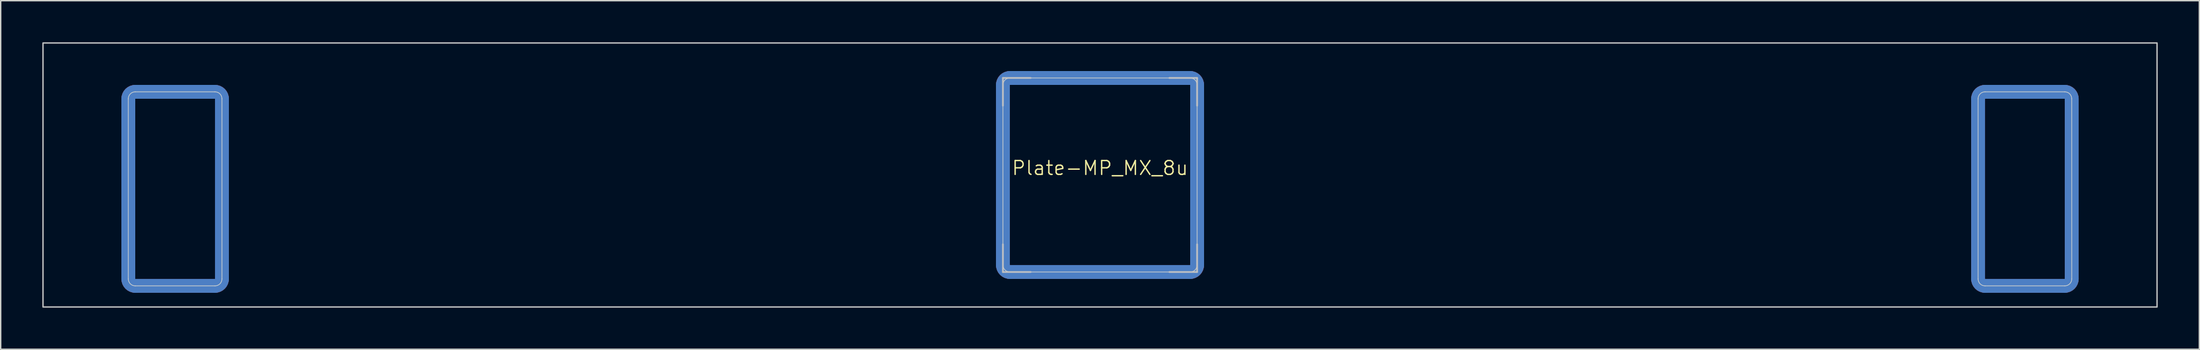
<source format=kicad_pcb>
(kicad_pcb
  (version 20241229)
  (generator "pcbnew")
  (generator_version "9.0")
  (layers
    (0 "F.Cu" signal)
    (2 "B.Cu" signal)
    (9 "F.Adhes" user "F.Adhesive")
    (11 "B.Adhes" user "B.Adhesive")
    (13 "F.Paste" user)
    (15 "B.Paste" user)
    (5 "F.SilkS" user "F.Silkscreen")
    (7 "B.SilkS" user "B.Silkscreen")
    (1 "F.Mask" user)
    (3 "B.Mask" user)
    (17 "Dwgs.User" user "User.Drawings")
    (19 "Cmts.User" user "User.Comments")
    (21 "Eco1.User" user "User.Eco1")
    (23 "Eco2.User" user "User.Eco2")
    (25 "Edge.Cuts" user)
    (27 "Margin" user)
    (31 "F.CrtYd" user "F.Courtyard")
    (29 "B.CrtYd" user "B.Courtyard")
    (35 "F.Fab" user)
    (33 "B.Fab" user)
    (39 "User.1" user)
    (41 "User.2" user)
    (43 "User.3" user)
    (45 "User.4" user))
  (footprint "Plate-MP_MX_8u"
    (layer "F.Cu")
    (at 76.25 9.575)
    (property "Reference" "Plate-MP_MX_8u" (at 0 -0.5 0) (unlocked yes) (layer "F.SilkS") (effects (font (size 1 1) (thickness 0.1))))
    (attr exclude_from_pos_files exclude_from_bom allow_missing_courtyard)
    (fp_line (start -70.05 -5.5) (end -70.05 7.5) (stroke (width 1) (type solid)) (layer "F.Cu"))
    (fp_line (start -63.8 -6) (end -69.55 -6) (stroke (width 1) (type solid)) (layer "F.Cu"))
    (fp_line (start -63.8 8) (end -69.55 8) (stroke (width 1) (type solid)) (layer "F.Cu"))
    (fp_line (start -63.3 -5.5) (end -63.3 7.5) (stroke (width 1) (type solid)) (layer "F.Cu"))
    (fp_line (start -7 -6.5) (end -7 6.5) (stroke (width 1) (type solid)) (layer "F.Cu"))
    (fp_line (start -6.5 7) (end 6.5 7) (stroke (width 1) (type solid)) (layer "F.Cu"))
    (fp_line (start 6.5 -7) (end -6.5 -7) (stroke (width 1) (type solid)) (layer "F.Cu"))
    (fp_line (start 7 6.5) (end 7 -6.5) (stroke (width 1) (type solid)) (layer "F.Cu"))
    (fp_line (start 63.3 -5.5) (end 63.3 7.5) (stroke (width 1) (type solid)) (layer "F.Cu"))
    (fp_line (start 69.55 -6) (end 63.8 -6) (stroke (width 1) (type solid)) (layer "F.Cu"))
    (fp_line (start 69.55 8) (end 63.8 8) (stroke (width 1) (type solid)) (layer "F.Cu"))
    (fp_line (start 70.05 -5.5) (end 70.05 7.5) (stroke (width 1) (type solid)) (layer "F.Cu"))
    (fp_arc (start -70.05 -5.499999) (mid -69.903553 -5.853552) (end -69.55 -5.999999) (stroke (width 1) (type solid)) (layer "F.Cu"))
    (fp_arc (start -69.55 8.000001) (mid -69.903554 7.853555) (end -70.05 7.500001) (stroke (width 1) (type solid)) (layer "F.Cu"))
    (fp_arc (start -63.8 -5.999999) (mid -63.446447 -5.853552) (end -63.3 -5.499999) (stroke (width 1) (type solid)) (layer "F.Cu"))
    (fp_arc (start -63.3 7.500001) (mid -63.446447 7.853554) (end -63.8 8.000001) (stroke (width 1) (type solid)) (layer "F.Cu"))
    (fp_arc (start -7 -6.5) (mid -6.853554 -6.853554) (end -6.5 -7) (stroke (width 1) (type solid)) (layer "F.Cu"))
    (fp_arc (start -6.497236 6.998884) (mid -6.85079 6.852438) (end -6.997236 6.498884) (stroke (width 1) (type solid)) (layer "F.Cu"))
    (fp_arc (start 6.5 -7) (mid 6.853554 -6.853554) (end 7 -6.5) (stroke (width 1) (type solid)) (layer "F.Cu"))
    (fp_arc (start 7 6.5) (mid 6.853554 6.853554) (end 6.5 7) (stroke (width 1) (type solid)) (layer "F.Cu"))
    (fp_arc (start 63.3 -5.499999) (mid 63.446447 -5.853552) (end 63.8 -5.999999) (stroke (width 1) (type solid)) (layer "F.Cu"))
    (fp_arc (start 63.8 8.000001) (mid 63.446446 7.853555) (end 63.3 7.500001) (stroke (width 1) (type solid)) (layer "F.Cu"))
    (fp_arc (start 69.55 -5.999999) (mid 69.903553 -5.853552) (end 70.05 -5.499999) (stroke (width 1) (type solid)) (layer "F.Cu"))
    (fp_arc (start 70.05 7.500001) (mid 69.903553 7.853554) (end 69.55 8.000001) (stroke (width 1) (type solid)) (layer "F.Cu"))
    (fp_line (start -70.05 -5.5) (end -70.05 7.5) (stroke (width 1.1) (type solid)) (layer "F.Mask"))
    (fp_line (start -69.55 -6) (end -63.8 -6) (stroke (width 1.1) (type solid)) (layer "F.Mask"))
    (fp_line (start -69.55 8) (end -63.8 8) (stroke (width 1.1) (type solid)) (layer "F.Mask"))
    (fp_line (start -63.3 -5.5) (end -63.3 7.5) (stroke (width 1.1) (type solid)) (layer "F.Mask"))
    (fp_line (start -7 -6.5) (end -7 6.5) (stroke (width 1.1) (type solid)) (layer "F.Mask"))
    (fp_line (start -6.5 7) (end 6.5 7) (stroke (width 1.1) (type solid)) (layer "F.Mask"))
    (fp_line (start 6.5 -7) (end -6.5 -7) (stroke (width 1.1) (type solid)) (layer "F.Mask"))
    (fp_line (start 7 6.5) (end 7 -6.5) (stroke (width 1.1) (type solid)) (layer "F.Mask"))
    (fp_line (start 63.3 -5.5) (end 63.3 7.5) (stroke (width 1.1) (type solid)) (layer "F.Mask"))
    (fp_line (start 63.8 -6) (end 69.55 -6) (stroke (width 1.1) (type solid)) (layer "F.Mask"))
    (fp_line (start 63.8 8) (end 69.55 8) (stroke (width 1.1) (type solid)) (layer "F.Mask"))
    (fp_line (start 70.05 -5.5) (end 70.05 7.5) (stroke (width 1.1) (type solid)) (layer "F.Mask"))
    (fp_arc (start -70.05 -5.499999) (mid -69.903553 -5.853552) (end -69.55 -5.999999) (stroke (width 1.1) (type solid)) (layer "F.Mask"))
    (fp_arc (start -69.55 8.000001) (mid -69.903553 7.853554) (end -70.05 7.500001) (stroke (width 1.1) (type solid)) (layer "F.Mask"))
    (fp_arc (start -63.8 -5.999999) (mid -63.446447 -5.853552) (end -63.3 -5.499999) (stroke (width 1.1) (type solid)) (layer "F.Mask"))
    (fp_arc (start -63.3 7.500001) (mid -63.446447 7.853554) (end -63.8 8.000001) (stroke (width 1.1) (type solid)) (layer "F.Mask"))
    (fp_arc (start -7 -6.5) (mid -6.853554 -6.853554) (end -6.5 -7) (stroke (width 1.1) (type solid)) (layer "F.Mask"))
    (fp_arc (start -6.497236 6.998884) (mid -6.85079 6.852438) (end -6.997236 6.498884) (stroke (width 1.1) (type solid)) (layer "F.Mask"))
    (fp_arc (start 6.5 -7) (mid 6.853554 -6.853554) (end 7 -6.5) (stroke (width 1.1) (type solid)) (layer "F.Mask"))
    (fp_arc (start 7 6.5) (mid 6.853554 6.853554) (end 6.5 7) (stroke (width 1.1) (type solid)) (layer "F.Mask"))
    (fp_arc (start 63.3 -5.499999) (mid 63.446447 -5.853552) (end 63.8 -5.999999) (stroke (width 1.1) (type solid)) (layer "F.Mask"))
    (fp_arc (start 63.8 8.000001) (mid 63.446447 7.853554) (end 63.3 7.500001) (stroke (width 1.1) (type solid)) (layer "F.Mask"))
    (fp_arc (start 69.55 -5.999999) (mid 69.903553 -5.853552) (end 70.05 -5.499999) (stroke (width 1.1) (type solid)) (layer "F.Mask"))
    (fp_arc (start 70.05 7.500001) (mid 69.903553 7.853554) (end 69.55 8.000001) (stroke (width 1.1) (type solid)) (layer "F.Mask"))
    (fp_line (start -70.05 -5.5) (end -70.05 7.5) (stroke (width 1) (type solid)) (layer "B.Cu"))
    (fp_line (start -69.55 -6) (end -63.8 -6) (stroke (width 1) (type solid)) (layer "B.Cu"))
    (fp_line (start -69.55 8) (end -63.8 8) (stroke (width 1) (type solid)) (layer "B.Cu"))
    (fp_line (start -63.3 -5.5) (end -63.3 7.5) (stroke (width 1) (type solid)) (layer "B.Cu"))
    (fp_line (start -7 6.5) (end -7 -6.5) (stroke (width 1) (type solid)) (layer "B.Cu"))
    (fp_line (start -6.5 -7) (end 6.5 -7) (stroke (width 1) (type solid)) (layer "B.Cu"))
    (fp_line (start 6.5 7) (end -6.5 7) (stroke (width 1) (type solid)) (layer "B.Cu"))
    (fp_line (start 7 -6.5) (end 7 6.5) (stroke (width 1) (type solid)) (layer "B.Cu"))
    (fp_line (start 63.3 -5.5) (end 63.3 7.5) (stroke (width 1) (type solid)) (layer "B.Cu"))
    (fp_line (start 63.8 -6) (end 69.55 -6) (stroke (width 1) (type solid)) (layer "B.Cu"))
    (fp_line (start 63.8 8) (end 69.55 8) (stroke (width 1) (type solid)) (layer "B.Cu"))
    (fp_line (start 70.05 -5.5) (end 70.05 7.5) (stroke (width 1) (type solid)) (layer "B.Cu"))
    (fp_arc (start -70.05 -5.499999) (mid -69.903553 -5.853552) (end -69.55 -5.999999) (stroke (width 1) (type solid)) (layer "B.Cu"))
    (fp_arc (start -69.55 8.000001) (mid -69.903553 7.853554) (end -70.05 7.500001) (stroke (width 1) (type solid)) (layer "B.Cu"))
    (fp_arc (start -63.8 -5.999999) (mid -63.446447 -5.853552) (end -63.3 -5.499999) (stroke (width 1) (type solid)) (layer "B.Cu"))
    (fp_arc (start -63.3 7.500001) (mid -63.446447 7.853554) (end -63.8 8.000001) (stroke (width 1) (type solid)) (layer "B.Cu"))
    (fp_arc (start -7 -6.5) (mid -6.853553 -6.853553) (end -6.5 -7) (stroke (width 1) (type solid)) (layer "B.Cu"))
    (fp_arc (start -6.5 7) (mid -6.853553 6.853553) (end -7 6.5) (stroke (width 1) (type solid)) (layer "B.Cu"))
    (fp_arc (start 6.5 -7) (mid 6.853554 -6.853554) (end 7 -6.5) (stroke (width 1) (type solid)) (layer "B.Cu"))
    (fp_arc (start 6.997236 6.498884) (mid 6.85079 6.852438) (end 6.497236 6.998884) (stroke (width 1) (type solid)) (layer "B.Cu"))
    (fp_arc (start 63.3 -5.499999) (mid 63.446447 -5.853552) (end 63.8 -5.999999) (stroke (width 1) (type solid)) (layer "B.Cu"))
    (fp_arc (start 63.8 8.000001) (mid 63.446447 7.853554) (end 63.3 7.500001) (stroke (width 1) (type solid)) (layer "B.Cu"))
    (fp_arc (start 69.55 -5.999999) (mid 69.903553 -5.853552) (end 70.05 -5.499999) (stroke (width 1) (type solid)) (layer "B.Cu"))
    (fp_arc (start 70.05 7.500001) (mid 69.903553 7.853554) (end 69.55 8.000001) (stroke (width 1) (type solid)) (layer "B.Cu"))
    (fp_line (start -70.05 -5.5) (end -70.05 7.5) (stroke (width 1.1) (type solid)) (layer "B.Mask"))
    (fp_line (start -63.8 -6) (end -69.55 -6) (stroke (width 1.1) (type solid)) (layer "B.Mask"))
    (fp_line (start -63.8 8) (end -69.55 8) (stroke (width 1.1) (type solid)) (layer "B.Mask"))
    (fp_line (start -63.3 -5.5) (end -63.3 7.5) (stroke (width 1.1) (type solid)) (layer "B.Mask"))
    (fp_line (start -7 6.5) (end -7 -6.5) (stroke (width 1.1) (type solid)) (layer "B.Mask"))
    (fp_line (start -6.5 -7) (end 6.5 -7) (stroke (width 1.1) (type solid)) (layer "B.Mask"))
    (fp_line (start 6.5 7) (end -6.5 7) (stroke (width 1.1) (type solid)) (layer "B.Mask"))
    (fp_line (start 7 -6.5) (end 7 6.5) (stroke (width 1.1) (type solid)) (layer "B.Mask"))
    (fp_line (start 63.3 -5.5) (end 63.3 7.5) (stroke (width 1.1) (type solid)) (layer "B.Mask"))
    (fp_line (start 69.55 -6) (end 63.8 -6) (stroke (width 1.1) (type solid)) (layer "B.Mask"))
    (fp_line (start 69.55 8) (end 63.8 8) (stroke (width 1.1) (type solid)) (layer "B.Mask"))
    (fp_line (start 70.05 -5.5) (end 70.05 7.5) (stroke (width 1.1) (type solid)) (layer "B.Mask"))
    (fp_arc (start -70.05 -5.499999) (mid -69.903553 -5.853552) (end -69.55 -5.999999) (stroke (width 1.1) (type solid)) (layer "B.Mask"))
    (fp_arc (start -69.55 8.000001) (mid -69.903553 7.853554) (end -70.05 7.500001) (stroke (width 1.1) (type solid)) (layer "B.Mask"))
    (fp_arc (start -63.8 -5.999999) (mid -63.446447 -5.853552) (end -63.3 -5.499999) (stroke (width 1.1) (type solid)) (layer "B.Mask"))
    (fp_arc (start -63.3 7.500001) (mid -63.446447 7.853554) (end -63.8 8.000001) (stroke (width 1.1) (type solid)) (layer "B.Mask"))
    (fp_arc (start -7 -6.5) (mid -6.853553 -6.853553) (end -6.5 -7) (stroke (width 1.1) (type solid)) (layer "B.Mask"))
    (fp_arc (start -6.5 7) (mid -6.853553 6.853553) (end -7 6.5) (stroke (width 1.1) (type solid)) (layer "B.Mask"))
    (fp_arc (start 6.5 -7) (mid 6.853554 -6.853554) (end 7 -6.5) (stroke (width 1.1) (type solid)) (layer "B.Mask"))
    (fp_arc (start 6.997236 6.498884) (mid 6.85079 6.852438) (end 6.497236 6.998884) (stroke (width 1.1) (type solid)) (layer "B.Mask"))
    (fp_arc (start 63.3 -5.499999) (mid 63.446447 -5.853552) (end 63.8 -5.999999) (stroke (width 1.1) (type solid)) (layer "B.Mask"))
    (fp_arc (start 63.8 8.000001) (mid 63.446447 7.853554) (end 63.3 7.500001) (stroke (width 1.1) (type solid)) (layer "B.Mask"))
    (fp_arc (start 69.55 -5.999999) (mid 69.903553 -5.853552) (end 70.05 -5.499999) (stroke (width 1.1) (type solid)) (layer "B.Mask"))
    (fp_arc (start 70.05 7.500001) (mid 69.903553 7.853554) (end 69.55 8.000001) (stroke (width 1.1) (type solid)) (layer "B.Mask"))
    (fp_line (start -7 -7) (end -5 -7) (stroke (width 0.12) (type solid)) (layer "Dwgs.User"))
    (fp_line (start -7 -5) (end -7 -7) (stroke (width 0.12) (type solid)) (layer "Dwgs.User"))
    (fp_line (start -7 7) (end -7 5) (stroke (width 0.12) (type solid)) (layer "Dwgs.User"))
    (fp_line (start -5 7) (end -7 7) (stroke (width 0.12) (type solid)) (layer "Dwgs.User"))
    (fp_line (start 5 -7) (end 7 -7) (stroke (width 0.12) (type solid)) (layer "Dwgs.User"))
    (fp_line (start 5 7) (end 7 7) (stroke (width 0.12) (type solid)) (layer "Dwgs.User"))
    (fp_line (start 7 -7) (end 7 -5) (stroke (width 0.12) (type solid)) (layer "Dwgs.User"))
    (fp_line (start 7 7) (end 7 5) (stroke (width 0.12) (type solid)) (layer "Dwgs.User"))
    (fp_rect (start -76.2 -9.525) (end 76.2 9.525) (stroke (width 0.1) (type solid)) (fill no) (layer "Dwgs.User"))
    (fp_line (start -70.05 -5.5) (end -70.05 7.5) (stroke (width 0.05) (type solid)) (layer "Edge.Cuts"))
    (fp_line (start -69.55 -6) (end -63.8 -6) (stroke (width 0.05) (type solid)) (layer "Edge.Cuts"))
    (fp_line (start -69.55 8) (end -63.8 8) (stroke (width 0.05) (type solid)) (layer "Edge.Cuts"))
    (fp_line (start -63.3 -5.5) (end -63.3 7.5) (stroke (width 0.05) (type solid)) (layer "Edge.Cuts"))
    (fp_line (start -7 -6.5) (end -7 6.5) (stroke (width 0.05) (type solid)) (layer "Edge.Cuts"))
    (fp_line (start -6.5 7) (end 6.5 7) (stroke (width 0.05) (type solid)) (layer "Edge.Cuts"))
    (fp_line (start 6.5 -7) (end -6.5 -7) (stroke (width 0.05) (type solid)) (layer "Edge.Cuts"))
    (fp_line (start 7 6.5) (end 7 -6.5) (stroke (width 0.05) (type solid)) (layer "Edge.Cuts"))
    (fp_line (start 63.301 -5.5) (end 63.301 7.5) (stroke (width 0.05) (type solid)) (layer "Edge.Cuts"))
    (fp_line (start 63.801 -6) (end 69.549 -6) (stroke (width 0.05) (type solid)) (layer "Edge.Cuts"))
    (fp_line (start 63.801 8) (end 69.551 8) (stroke (width 0.05) (type solid)) (layer "Edge.Cuts"))
    (fp_line (start 70.049 -5.5) (end 70.051 7.5) (stroke (width 0.05) (type solid)) (layer "Edge.Cuts"))
    (fp_arc (start -70.05 -5.499999) (mid -69.903553 -5.853552) (end -69.55 -5.999999) (stroke (width 0.05) (type solid)) (layer "Edge.Cuts"))
    (fp_arc (start -69.55 8.000001) (mid -69.903553 7.853554) (end -70.05 7.500001) (stroke (width 0.05) (type solid)) (layer "Edge.Cuts"))
    (fp_arc (start -63.8 -5.999999) (mid -63.446447 -5.853552) (end -63.3 -5.499999) (stroke (width 0.05) (type solid)) (layer "Edge.Cuts"))
    (fp_arc (start -63.3 7.500001) (mid -63.446447 7.853554) (end -63.8 8.000001) (stroke (width 0.05) (type solid)) (layer "Edge.Cuts"))
    (fp_arc (start -7 -6.5) (mid -6.853553 -6.853553) (end -6.5 -7) (stroke (width 0.05) (type solid)) (layer "Edge.Cuts"))
    (fp_arc (start -6.497236 6.998884) (mid -6.850789 6.852437) (end -6.997236 6.498884) (stroke (width 0.05) (type solid)) (layer "Edge.Cuts"))
    (fp_arc (start 6.5 -7) (mid 6.853554 -6.853554) (end 7 -6.5) (stroke (width 0.05) (type solid)) (layer "Edge.Cuts"))
    (fp_arc (start 7 6.5) (mid 6.853554 6.853554) (end 6.5 7) (stroke (width 0.05) (type solid)) (layer "Edge.Cuts"))
    (fp_arc (start 63.300605 -5.499999) (mid 63.447052 -5.853551) (end 63.800605 -5.999999) (stroke (width 0.05) (type solid)) (layer "Edge.Cuts"))
    (fp_arc (start 63.800605 8.000001) (mid 63.447048 7.853556) (end 63.300605 7.500001) (stroke (width 0.05) (type solid)) (layer "Edge.Cuts"))
    (fp_arc (start 69.549394 -5.999999) (mid 69.902951 -5.853554) (end 70.049394 -5.499999) (stroke (width 0.05) (type solid)) (layer "Edge.Cuts"))
    (fp_arc (start 70.050605 7.500001) (mid 69.904158 7.853556) (end 69.550605 8.000001) (stroke (width 0.05) (type solid)) (layer "Edge.Cuts")))
  (gr_rect
    (start -3 -3)
    (end 155.5 22.15)
    (stroke (width 0.1) (type default))
    (fill no)
    (layer "Edge.Cuts")))
</source>
